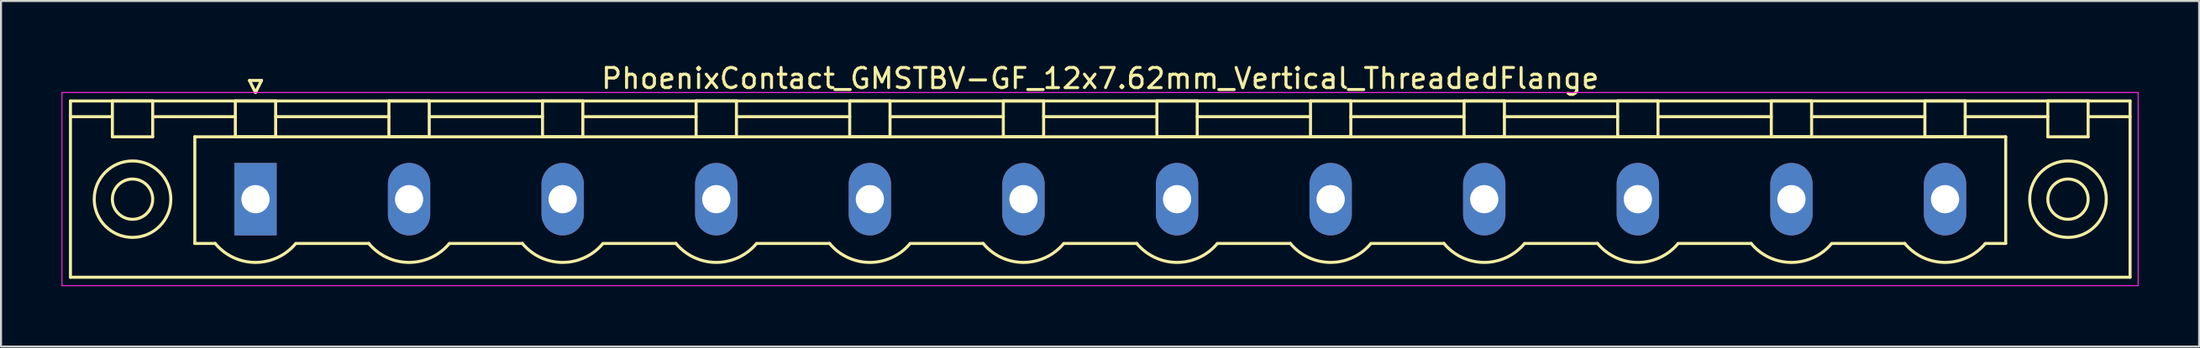
<source format=kicad_pcb>
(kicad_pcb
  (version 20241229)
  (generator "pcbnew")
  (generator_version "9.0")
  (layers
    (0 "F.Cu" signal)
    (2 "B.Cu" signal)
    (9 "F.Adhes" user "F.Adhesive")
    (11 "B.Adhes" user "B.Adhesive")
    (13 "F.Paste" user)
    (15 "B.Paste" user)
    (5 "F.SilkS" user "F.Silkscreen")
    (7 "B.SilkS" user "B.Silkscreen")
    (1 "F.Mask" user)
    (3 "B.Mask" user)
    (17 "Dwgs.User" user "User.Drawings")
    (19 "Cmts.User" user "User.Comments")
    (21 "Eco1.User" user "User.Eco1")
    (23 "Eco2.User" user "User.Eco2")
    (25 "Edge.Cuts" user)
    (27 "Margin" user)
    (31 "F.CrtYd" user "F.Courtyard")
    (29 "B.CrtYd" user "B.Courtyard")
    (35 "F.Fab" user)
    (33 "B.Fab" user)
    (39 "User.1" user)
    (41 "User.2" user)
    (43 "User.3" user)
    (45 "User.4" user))
  (footprint "PhoenixContact_GMSTBV-GF_12x7.62mm_Vertical_ThreadedFlange"
    (layer "F.Cu")
    (at 9.625 6.848)
    (property "Reference" "PhoenixContact_GMSTBV-GF_12x7.62mm_Vertical_ThreadedFlange" (at 41.91 -6 0) (layer "F.SilkS") (effects (font (size 1 1) (thickness 0.15))))
    (attr through_hole)
    (fp_line (start -9.18 -4.88) (end -9.18 3.88) (stroke (width 0.15) (type solid)) (layer "F.SilkS"))
    (fp_line (start -9.18 -4.1) (end -7.18 -4.1) (stroke (width 0.15) (type solid)) (layer "F.SilkS"))
    (fp_line (start -9.18 3.88) (end 93 3.88) (stroke (width 0.15) (type solid)) (layer "F.SilkS"))
    (fp_line (start -7.1 -4.88) (end -5.1 -4.88) (stroke (width 0.15) (type solid)) (layer "F.SilkS"))
    (fp_line (start -7.1 -3.1) (end -7.1 -4.88) (stroke (width 0.15) (type solid)) (layer "F.SilkS"))
    (fp_line (start -5.1 -4.88) (end -5.1 -3.1) (stroke (width 0.15) (type solid)) (layer "F.SilkS"))
    (fp_line (start -5.1 -4.1) (end -1 -4.1) (stroke (width 0.15) (type solid)) (layer "F.SilkS"))
    (fp_line (start -5.1 -3.1) (end -7.1 -3.1) (stroke (width 0.15) (type solid)) (layer "F.SilkS"))
    (fp_line (start -3.01 -3.1) (end 86.83 -3.1) (stroke (width 0.15) (type solid)) (layer "F.SilkS"))
    (fp_line (start -3.01 2.2) (end -3.01 -3.1) (stroke (width 0.15) (type solid)) (layer "F.SilkS"))
    (fp_line (start -2 2.2) (end -3.01 2.2) (stroke (width 0.15) (type solid)) (layer "F.SilkS"))
    (fp_line (start -1 -4.88) (end 1 -4.88) (stroke (width 0.15) (type solid)) (layer "F.SilkS"))
    (fp_line (start -1 -3.1) (end -1 -4.88) (stroke (width 0.15) (type solid)) (layer "F.SilkS"))
    (fp_line (start -0.3 -5.9) (end 0 -5.3) (stroke (width 0.15) (type solid)) (layer "F.SilkS"))
    (fp_line (start 0 -5.3) (end 0.3 -5.9) (stroke (width 0.15) (type solid)) (layer "F.SilkS"))
    (fp_line (start 0.3 -5.9) (end -0.3 -5.9) (stroke (width 0.15) (type solid)) (layer "F.SilkS"))
    (fp_line (start 1 -4.88) (end 1 -3.1) (stroke (width 0.15) (type solid)) (layer "F.SilkS"))
    (fp_line (start 1 -4.1) (end 6.62 -4.1) (stroke (width 0.15) (type solid)) (layer "F.SilkS"))
    (fp_line (start 1 -3.1) (end -1 -3.1) (stroke (width 0.15) (type solid)) (layer "F.SilkS"))
    (fp_line (start 2 2.2) (end 5.62 2.2) (stroke (width 0.15) (type solid)) (layer "F.SilkS"))
    (fp_line (start 6.62 -4.88) (end 8.62 -4.88) (stroke (width 0.15) (type solid)) (layer "F.SilkS"))
    (fp_line (start 6.62 -3.1) (end 6.62 -4.88) (stroke (width 0.15) (type solid)) (layer "F.SilkS"))
    (fp_line (start 8.62 -4.88) (end 8.62 -3.1) (stroke (width 0.15) (type solid)) (layer "F.SilkS"))
    (fp_line (start 8.62 -4.1) (end 14.24 -4.1) (stroke (width 0.15) (type solid)) (layer "F.SilkS"))
    (fp_line (start 8.62 -3.1) (end 6.62 -3.1) (stroke (width 0.15) (type solid)) (layer "F.SilkS"))
    (fp_line (start 9.62 2.2) (end 13.24 2.2) (stroke (width 0.15) (type solid)) (layer "F.SilkS"))
    (fp_line (start 14.24 -4.88) (end 16.24 -4.88) (stroke (width 0.15) (type solid)) (layer "F.SilkS"))
    (fp_line (start 14.24 -3.1) (end 14.24 -4.88) (stroke (width 0.15) (type solid)) (layer "F.SilkS"))
    (fp_line (start 16.24 -4.88) (end 16.24 -3.1) (stroke (width 0.15) (type solid)) (layer "F.SilkS"))
    (fp_line (start 16.24 -4.1) (end 21.86 -4.1) (stroke (width 0.15) (type solid)) (layer "F.SilkS"))
    (fp_line (start 16.24 -3.1) (end 14.24 -3.1) (stroke (width 0.15) (type solid)) (layer "F.SilkS"))
    (fp_line (start 17.24 2.2) (end 20.86 2.2) (stroke (width 0.15) (type solid)) (layer "F.SilkS"))
    (fp_line (start 21.86 -4.88) (end 23.86 -4.88) (stroke (width 0.15) (type solid)) (layer "F.SilkS"))
    (fp_line (start 21.86 -3.1) (end 21.86 -4.88) (stroke (width 0.15) (type solid)) (layer "F.SilkS"))
    (fp_line (start 23.86 -4.88) (end 23.86 -3.1) (stroke (width 0.15) (type solid)) (layer "F.SilkS"))
    (fp_line (start 23.86 -4.1) (end 29.48 -4.1) (stroke (width 0.15) (type solid)) (layer "F.SilkS"))
    (fp_line (start 23.86 -3.1) (end 21.86 -3.1) (stroke (width 0.15) (type solid)) (layer "F.SilkS"))
    (fp_line (start 24.86 2.2) (end 28.48 2.2) (stroke (width 0.15) (type solid)) (layer "F.SilkS"))
    (fp_line (start 29.48 -4.88) (end 31.48 -4.88) (stroke (width 0.15) (type solid)) (layer "F.SilkS"))
    (fp_line (start 29.48 -3.1) (end 29.48 -4.88) (stroke (width 0.15) (type solid)) (layer "F.SilkS"))
    (fp_line (start 31.48 -4.88) (end 31.48 -3.1) (stroke (width 0.15) (type solid)) (layer "F.SilkS"))
    (fp_line (start 31.48 -4.1) (end 37.1 -4.1) (stroke (width 0.15) (type solid)) (layer "F.SilkS"))
    (fp_line (start 31.48 -3.1) (end 29.48 -3.1) (stroke (width 0.15) (type solid)) (layer "F.SilkS"))
    (fp_line (start 32.48 2.2) (end 36.1 2.2) (stroke (width 0.15) (type solid)) (layer "F.SilkS"))
    (fp_line (start 37.1 -4.88) (end 39.1 -4.88) (stroke (width 0.15) (type solid)) (layer "F.SilkS"))
    (fp_line (start 37.1 -3.1) (end 37.1 -4.88) (stroke (width 0.15) (type solid)) (layer "F.SilkS"))
    (fp_line (start 39.1 -4.88) (end 39.1 -3.1) (stroke (width 0.15) (type solid)) (layer "F.SilkS"))
    (fp_line (start 39.1 -4.1) (end 44.72 -4.1) (stroke (width 0.15) (type solid)) (layer "F.SilkS"))
    (fp_line (start 39.1 -3.1) (end 37.1 -3.1) (stroke (width 0.15) (type solid)) (layer "F.SilkS"))
    (fp_line (start 40.1 2.2) (end 43.72 2.2) (stroke (width 0.15) (type solid)) (layer "F.SilkS"))
    (fp_line (start 44.72 -4.88) (end 46.72 -4.88) (stroke (width 0.15) (type solid)) (layer "F.SilkS"))
    (fp_line (start 44.72 -3.1) (end 44.72 -4.88) (stroke (width 0.15) (type solid)) (layer "F.SilkS"))
    (fp_line (start 46.72 -4.88) (end 46.72 -3.1) (stroke (width 0.15) (type solid)) (layer "F.SilkS"))
    (fp_line (start 46.72 -4.1) (end 52.34 -4.1) (stroke (width 0.15) (type solid)) (layer "F.SilkS"))
    (fp_line (start 46.72 -3.1) (end 44.72 -3.1) (stroke (width 0.15) (type solid)) (layer "F.SilkS"))
    (fp_line (start 47.72 2.2) (end 51.34 2.2) (stroke (width 0.15) (type solid)) (layer "F.SilkS"))
    (fp_line (start 52.34 -4.88) (end 54.34 -4.88) (stroke (width 0.15) (type solid)) (layer "F.SilkS"))
    (fp_line (start 52.34 -3.1) (end 52.34 -4.88) (stroke (width 0.15) (type solid)) (layer "F.SilkS"))
    (fp_line (start 54.34 -4.88) (end 54.34 -3.1) (stroke (width 0.15) (type solid)) (layer "F.SilkS"))
    (fp_line (start 54.34 -4.1) (end 59.96 -4.1) (stroke (width 0.15) (type solid)) (layer "F.SilkS"))
    (fp_line (start 54.34 -3.1) (end 52.34 -3.1) (stroke (width 0.15) (type solid)) (layer "F.SilkS"))
    (fp_line (start 55.34 2.2) (end 58.96 2.2) (stroke (width 0.15) (type solid)) (layer "F.SilkS"))
    (fp_line (start 59.96 -4.88) (end 61.96 -4.88) (stroke (width 0.15) (type solid)) (layer "F.SilkS"))
    (fp_line (start 59.96 -3.1) (end 59.96 -4.88) (stroke (width 0.15) (type solid)) (layer "F.SilkS"))
    (fp_line (start 61.96 -4.88) (end 61.96 -3.1) (stroke (width 0.15) (type solid)) (layer "F.SilkS"))
    (fp_line (start 61.96 -4.1) (end 67.58 -4.1) (stroke (width 0.15) (type solid)) (layer "F.SilkS"))
    (fp_line (start 61.96 -3.1) (end 59.96 -3.1) (stroke (width 0.15) (type solid)) (layer "F.SilkS"))
    (fp_line (start 62.96 2.2) (end 66.58 2.2) (stroke (width 0.15) (type solid)) (layer "F.SilkS"))
    (fp_line (start 67.58 -4.88) (end 69.58 -4.88) (stroke (width 0.15) (type solid)) (layer "F.SilkS"))
    (fp_line (start 67.58 -3.1) (end 67.58 -4.88) (stroke (width 0.15) (type solid)) (layer "F.SilkS"))
    (fp_line (start 69.58 -4.88) (end 69.58 -3.1) (stroke (width 0.15) (type solid)) (layer "F.SilkS"))
    (fp_line (start 69.58 -4.1) (end 75.2 -4.1) (stroke (width 0.15) (type solid)) (layer "F.SilkS"))
    (fp_line (start 69.58 -3.1) (end 67.58 -3.1) (stroke (width 0.15) (type solid)) (layer "F.SilkS"))
    (fp_line (start 70.58 2.2) (end 74.2 2.2) (stroke (width 0.15) (type solid)) (layer "F.SilkS"))
    (fp_line (start 75.2 -4.88) (end 77.2 -4.88) (stroke (width 0.15) (type solid)) (layer "F.SilkS"))
    (fp_line (start 75.2 -3.1) (end 75.2 -4.88) (stroke (width 0.15) (type solid)) (layer "F.SilkS"))
    (fp_line (start 77.2 -4.88) (end 77.2 -3.1) (stroke (width 0.15) (type solid)) (layer "F.SilkS"))
    (fp_line (start 77.2 -4.1) (end 82.82 -4.1) (stroke (width 0.15) (type solid)) (layer "F.SilkS"))
    (fp_line (start 77.2 -3.1) (end 75.2 -3.1) (stroke (width 0.15) (type solid)) (layer "F.SilkS"))
    (fp_line (start 78.2 2.2) (end 81.82 2.2) (stroke (width 0.15) (type solid)) (layer "F.SilkS"))
    (fp_line (start 82.82 -4.88) (end 84.82 -4.88) (stroke (width 0.15) (type solid)) (layer "F.SilkS"))
    (fp_line (start 82.82 -3.1) (end 82.82 -4.88) (stroke (width 0.15) (type solid)) (layer "F.SilkS"))
    (fp_line (start 84.82 -4.88) (end 84.82 -3.1) (stroke (width 0.15) (type solid)) (layer "F.SilkS"))
    (fp_line (start 84.82 -4.1) (end 88.92 -4.1) (stroke (width 0.15) (type solid)) (layer "F.SilkS"))
    (fp_line (start 84.82 -3.1) (end 82.82 -3.1) (stroke (width 0.15) (type solid)) (layer "F.SilkS"))
    (fp_line (start 86.83 -3.1) (end 86.83 2.2) (stroke (width 0.15) (type solid)) (layer "F.SilkS"))
    (fp_line (start 86.83 2.2) (end 85.82 2.2) (stroke (width 0.15) (type solid)) (layer "F.SilkS"))
    (fp_line (start 88.92 -4.88) (end 90.92 -4.88) (stroke (width 0.15) (type solid)) (layer "F.SilkS"))
    (fp_line (start 88.92 -3.1) (end 88.92 -4.88) (stroke (width 0.15) (type solid)) (layer "F.SilkS"))
    (fp_line (start 90.92 -4.88) (end 90.92 -3.1) (stroke (width 0.15) (type solid)) (layer "F.SilkS"))
    (fp_line (start 90.92 -3.1) (end 88.92 -3.1) (stroke (width 0.15) (type solid)) (layer "F.SilkS"))
    (fp_line (start 93 -4.88) (end -9.18 -4.88) (stroke (width 0.15) (type solid)) (layer "F.SilkS"))
    (fp_line (start 93 -4.1) (end 91 -4.1) (stroke (width 0.15) (type solid)) (layer "F.SilkS"))
    (fp_line (start 93 3.88) (end 93 -4.88) (stroke (width 0.15) (type solid)) (layer "F.SilkS"))
    (fp_arc (start 1.986842 2.215821) (mid -0.010289 3.142758) (end -2 2.2) (stroke (width 0.15) (type solid)) (layer "F.SilkS"))
    (fp_arc (start 9.606842 2.215821) (mid 7.609711 3.142758) (end 5.62 2.2) (stroke (width 0.15) (type solid)) (layer "F.SilkS"))
    (fp_arc (start 17.226842 2.215821) (mid 15.229711 3.142758) (end 13.24 2.2) (stroke (width 0.15) (type solid)) (layer "F.SilkS"))
    (fp_arc (start 24.846842 2.215821) (mid 22.849711 3.142758) (end 20.86 2.2) (stroke (width 0.15) (type solid)) (layer "F.SilkS"))
    (fp_arc (start 32.466842 2.215821) (mid 30.469711 3.142758) (end 28.48 2.2) (stroke (width 0.15) (type solid)) (layer "F.SilkS"))
    (fp_arc (start 40.086842 2.215821) (mid 38.089711 3.142758) (end 36.1 2.2) (stroke (width 0.15) (type solid)) (layer "F.SilkS"))
    (fp_arc (start 47.706842 2.215821) (mid 45.709711 3.142758) (end 43.72 2.2) (stroke (width 0.15) (type solid)) (layer "F.SilkS"))
    (fp_arc (start 55.326842 2.215821) (mid 53.329711 3.142758) (end 51.34 2.2) (stroke (width 0.15) (type solid)) (layer "F.SilkS"))
    (fp_arc (start 62.946842 2.215821) (mid 60.949711 3.142758) (end 58.96 2.2) (stroke (width 0.15) (type solid)) (layer "F.SilkS"))
    (fp_arc (start 70.566842 2.215821) (mid 68.569711 3.142758) (end 66.58 2.2) (stroke (width 0.15) (type solid)) (layer "F.SilkS"))
    (fp_arc (start 78.186842 2.215821) (mid 76.189711 3.142758) (end 74.2 2.2) (stroke (width 0.15) (type solid)) (layer "F.SilkS"))
    (fp_arc (start 85.806842 2.215821) (mid 83.809711 3.142758) (end 81.82 2.2) (stroke (width 0.15) (type solid)) (layer "F.SilkS"))
    (fp_circle (center -6.1 0) (end -5.1 0) (stroke (width 0.15) (type solid)) (fill no) (layer "F.SilkS"))
    (fp_circle (center -6.1 0) (end -4.2 0) (stroke (width 0.15) (type solid)) (fill no) (layer "F.SilkS"))
    (fp_circle (center 89.92 0) (end 90.92 0) (stroke (width 0.15) (type solid)) (fill no) (layer "F.SilkS"))
    (fp_circle (center 89.92 0) (end 91.82 0) (stroke (width 0.15) (type solid)) (fill no) (layer "F.SilkS"))
    (fp_line (start -9.6 -5.3) (end -9.6 4.3) (stroke (width 0.05) (type solid)) (layer "F.CrtYd"))
    (fp_line (start -9.6 4.3) (end 93.4 4.3) (stroke (width 0.05) (type solid)) (layer "F.CrtYd"))
    (fp_line (start 93.4 -5.3) (end -9.6 -5.3) (stroke (width 0.05) (type solid)) (layer "F.CrtYd"))
    (fp_line (start 93.4 4.3) (end 93.4 -5.3) (stroke (width 0.05) (type solid)) (layer "F.CrtYd"))
    (pad "1" thru_hole rect (at 0 0) (size 2.1 3.6) (drill 1.4) (layers "*.Cu" "*.Mask"))
    (pad "2" thru_hole oval (at 7.62 0) (size 2.1 3.6) (drill 1.4) (layers "*.Cu" "*.Mask"))
    (pad "3" thru_hole oval (at 15.24 0) (size 2.1 3.6) (drill 1.4) (layers "*.Cu" "*.Mask"))
    (pad "4" thru_hole oval (at 22.86 0) (size 2.1 3.6) (drill 1.4) (layers "*.Cu" "*.Mask"))
    (pad "5" thru_hole oval (at 30.48 0) (size 2.1 3.6) (drill 1.4) (layers "*.Cu" "*.Mask"))
    (pad "6" thru_hole oval (at 38.1 0) (size 2.1 3.6) (drill 1.4) (layers "*.Cu" "*.Mask"))
    (pad "7" thru_hole oval (at 45.72 0) (size 2.1 3.6) (drill 1.4) (layers "*.Cu" "*.Mask"))
    (pad "8" thru_hole oval (at 53.34 0) (size 2.1 3.6) (drill 1.4) (layers "*.Cu" "*.Mask"))
    (pad "9" thru_hole oval (at 60.96 0) (size 2.1 3.6) (drill 1.4) (layers "*.Cu" "*.Mask"))
    (pad "10" thru_hole oval (at 68.58 0) (size 2.1 3.6) (drill 1.4) (layers "*.Cu" "*.Mask"))
    (pad "11" thru_hole oval (at 76.2 0) (size 2.1 3.6) (drill 1.4) (layers "*.Cu" "*.Mask"))
    (pad "12" thru_hole oval (at 83.82 0) (size 2.1 3.6) (drill 1.4) (layers "*.Cu" "*.Mask")))
  (gr_rect
    (start -3 -3)
    (end 106.05 14.173)
    (stroke (width 0.1) (type default))
    (fill no)
    (layer "Edge.Cuts")))
</source>
